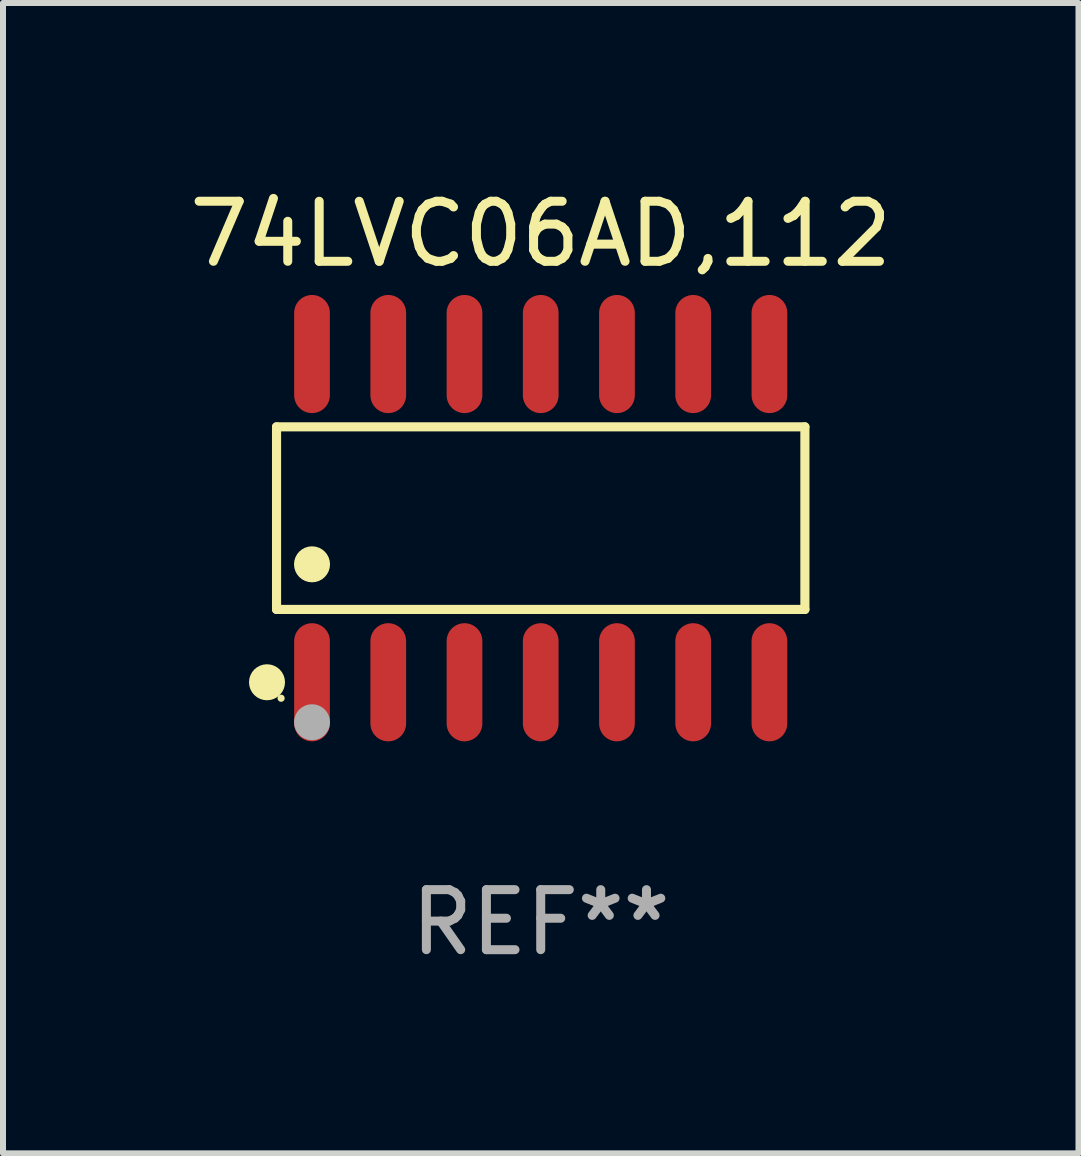
<source format=kicad_pcb>
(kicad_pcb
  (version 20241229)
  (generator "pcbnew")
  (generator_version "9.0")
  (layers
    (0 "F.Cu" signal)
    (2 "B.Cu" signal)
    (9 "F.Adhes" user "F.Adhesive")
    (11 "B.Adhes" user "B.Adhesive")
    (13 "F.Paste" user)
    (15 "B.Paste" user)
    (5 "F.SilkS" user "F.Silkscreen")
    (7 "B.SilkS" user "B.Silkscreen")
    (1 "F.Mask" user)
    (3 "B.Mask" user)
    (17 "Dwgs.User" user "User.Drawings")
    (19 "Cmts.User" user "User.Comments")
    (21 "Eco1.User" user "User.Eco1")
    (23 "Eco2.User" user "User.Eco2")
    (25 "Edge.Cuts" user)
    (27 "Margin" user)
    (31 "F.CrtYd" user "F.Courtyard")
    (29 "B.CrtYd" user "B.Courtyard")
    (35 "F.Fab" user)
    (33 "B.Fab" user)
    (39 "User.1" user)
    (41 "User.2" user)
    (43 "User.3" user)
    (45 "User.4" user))
  (footprint "74LVC06AD,112"
    (layer "F.Cu")
    (at 5.958 5.582)
    (property "Reference" "74LVC06AD,112" (at 0 -4.734 0) (layer "F.SilkS") (effects (font (size 1 1) (thickness 0.15))))
    (attr through_hole)
    (fp_line (start -4.401 -1.521) (end 4.401 -1.521) (stroke (width 0.152) (type solid)) (layer "F.SilkS"))
    (fp_line (start -4.401 1.521) (end -4.401 -1.521) (stroke (width 0.152) (type solid)) (layer "F.SilkS"))
    (fp_line (start 4.401 -1.521) (end 4.401 1.521) (stroke (width 0.152) (type solid)) (layer "F.SilkS"))
    (fp_line (start 4.401 1.521) (end -4.401 1.521) (stroke (width 0.152) (type solid)) (layer "F.SilkS"))
    (fp_circle (center -4.56 2.734) (end -4.41 2.734) (stroke (width 0.3) (type solid)) (fill no) (layer "F.SilkS"))
    (fp_circle (center -4.325 3) (end -4.295 3) (stroke (width 0.06) (type solid)) (fill no) (layer "F.SilkS"))
    (fp_circle (center -3.81 0.769) (end -3.66 0.769) (stroke (width 0.3) (type solid)) (fill no) (layer "F.SilkS"))
    (fp_circle (center -3.81 3.4) (end -3.66 3.4) (stroke (width 0.3) (type solid)) (fill no) (layer "F.Fab"))
    (fp_text user "REF**" (at 0 6.734 0) (layer "F.Fab") (effects (font (size 1 1) (thickness 0.15))))
    (pad "1" smd oval (at -3.81 2.734) (size 0.595 1.968) (layers "F.Cu" "F.Mask" "F.Paste"))
    (pad "2" smd oval (at -2.54 2.734) (size 0.595 1.968) (layers "F.Cu" "F.Mask" "F.Paste"))
    (pad "3" smd oval (at -1.27 2.734) (size 0.595 1.968) (layers "F.Cu" "F.Mask" "F.Paste"))
    (pad "4" smd oval (at 0 2.734) (size 0.595 1.968) (layers "F.Cu" "F.Mask" "F.Paste"))
    (pad "5" smd oval (at 1.27 2.734) (size 0.595 1.968) (layers "F.Cu" "F.Mask" "F.Paste"))
    (pad "6" smd oval (at 2.54 2.734) (size 0.595 1.968) (layers "F.Cu" "F.Mask" "F.Paste"))
    (pad "7" smd oval (at 3.81 2.734) (size 0.595 1.968) (layers "F.Cu" "F.Mask" "F.Paste"))
    (pad "8" smd oval (at 3.81 -2.734) (size 0.595 1.968) (layers "F.Cu" "F.Mask" "F.Paste"))
    (pad "9" smd oval (at 2.54 -2.734) (size 0.595 1.968) (layers "F.Cu" "F.Mask" "F.Paste"))
    (pad "10" smd oval (at 1.27 -2.734) (size 0.595 1.968) (layers "F.Cu" "F.Mask" "F.Paste"))
    (pad "11" smd oval (at 0 -2.734) (size 0.595 1.968) (layers "F.Cu" "F.Mask" "F.Paste"))
    (pad "12" smd oval (at -1.27 -2.734) (size 0.595 1.968) (layers "F.Cu" "F.Mask" "F.Paste"))
    (pad "13" smd oval (at -2.54 -2.734) (size 0.595 1.968) (layers "F.Cu" "F.Mask" "F.Paste"))
    (pad "14" smd oval (at -3.81 -2.734) (size 0.595 1.968) (layers "F.Cu" "F.Mask" "F.Paste")))
  (gr_rect
    (start -3 -3)
    (end 14.917 16.164)
    (stroke (width 0.1) (type default))
    (fill no)
    (layer "Edge.Cuts")))
</source>
